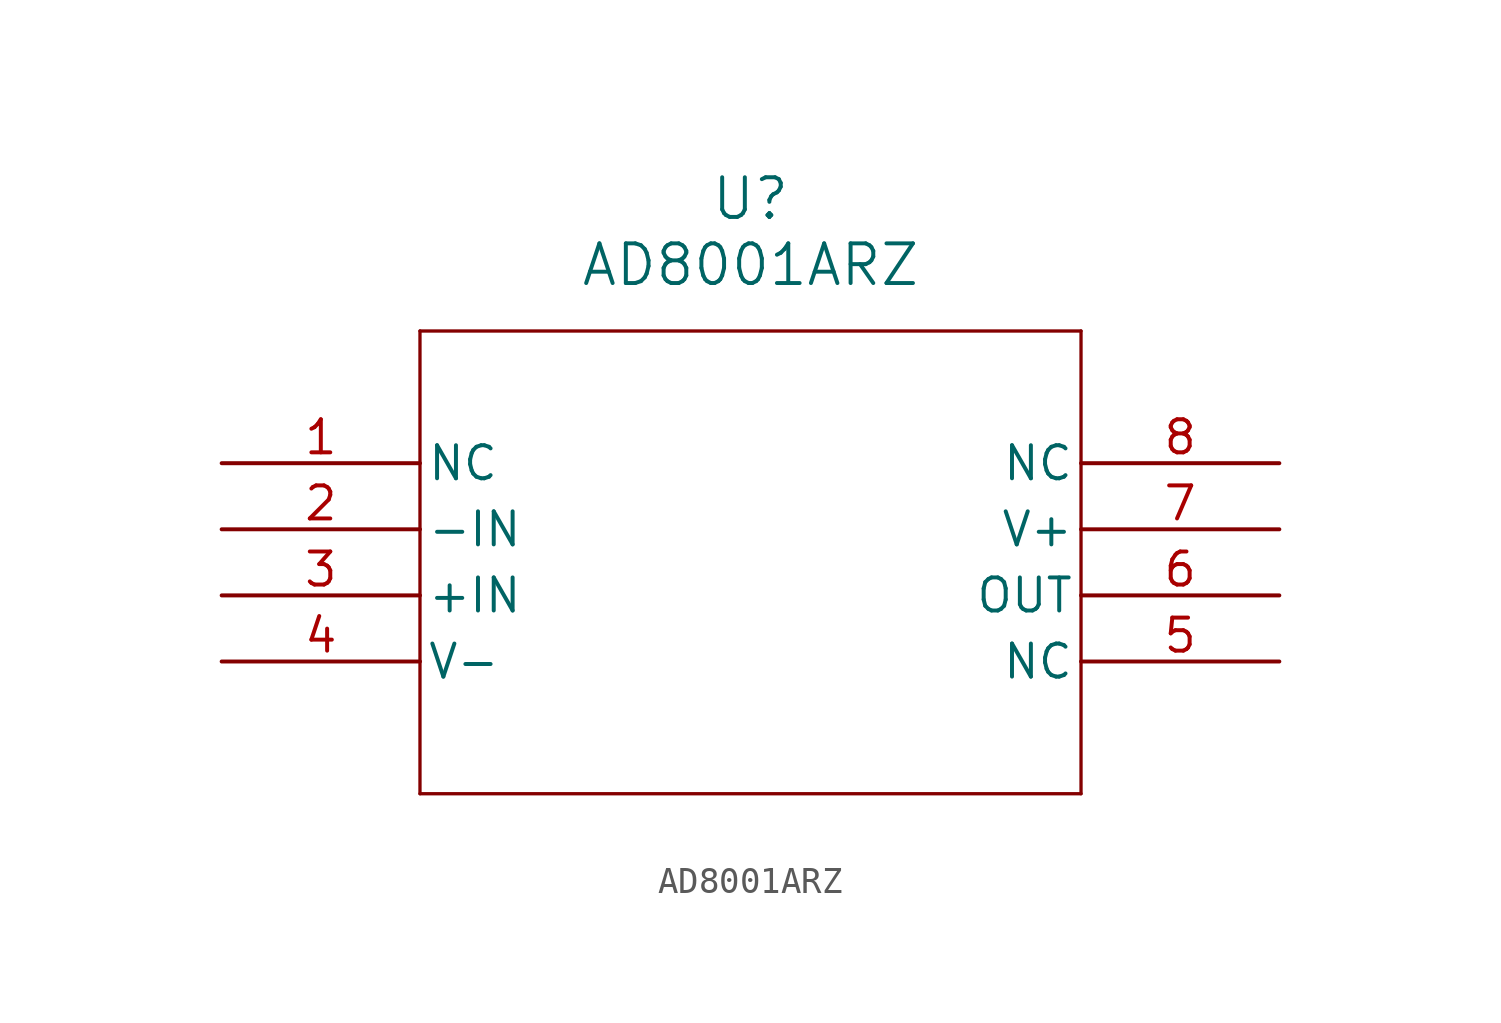
<source format=kicad_sym>
(kicad_symbol_lib
  (version 20211014)
  (generator kicad_symbol_editor)
  (symbol "AD8001ARZ"
    (pin_names
      (offset 0.254))
    (property "Reference" "U"
      (at 20.32 10.16 0)
      (effects (font (size 1.524 1.524))))
    (property "Value" "AD8001ARZ"
      (at 20.32 7.62 0)
      (effects (font (size 1.524 1.524))))
    (symbol "AD8001ARZ_0_1"
      (polyline (pts (xy 7.62 5.08) (xy 7.62 -12.7)) (stroke (width 0.127) (type default) (color 0 0 0 0)) (fill (type none)))
      (polyline (pts (xy 7.62 -12.7) (xy 33.02 -12.7)) (stroke (width 0.127) (type default) (color 0 0 0 0)) (fill (type none)))
      (polyline (pts (xy 33.02 -12.7) (xy 33.02 5.08)) (stroke (width 0.127) (type default) (color 0 0 0 0)) (fill (type none)))
      (polyline (pts (xy 33.02 5.08) (xy 7.62 5.08)) (stroke (width 0.127) (type default) (color 0 0 0 0)) (fill (type none)))
      (pin unspecified line (at 0 0 0) (length 7.62) (name "NC" (effects (font (size 1.27 1.27)))) (number "1" (effects (font (size 1.27 1.27)))))
      (pin unspecified line (at 0 -2.54 0) (length 7.62) (name "-IN" (effects (font (size 1.27 1.27)))) (number "2" (effects (font (size 1.27 1.27)))))
      (pin unspecified line (at 0 -5.08 0) (length 7.62) (name "+IN" (effects (font (size 1.27 1.27)))) (number "3" (effects (font (size 1.27 1.27)))))
      (pin power_in line (at 0 -7.62 0) (length 7.62) (name "V-" (effects (font (size 1.27 1.27)))) (number "4" (effects (font (size 1.27 1.27)))))
      (pin unspecified line (at 40.64 -7.62 180) (length 7.62) (name "NC" (effects (font (size 1.27 1.27)))) (number "5" (effects (font (size 1.27 1.27)))))
      (pin unspecified line (at 40.64 -5.08 180) (length 7.62) (name "OUT" (effects (font (size 1.27 1.27)))) (number "6" (effects (font (size 1.27 1.27)))))
      (pin power_in line (at 40.64 -2.54 180) (length 7.62) (name "V+" (effects (font (size 1.27 1.27)))) (number "7" (effects (font (size 1.27 1.27)))))
      (pin unspecified line (at 40.64 0 180) (length 7.62) (name "NC" (effects (font (size 1.27 1.27)))) (number "8" (effects (font (size 1.27 1.27))))))))
</source>
